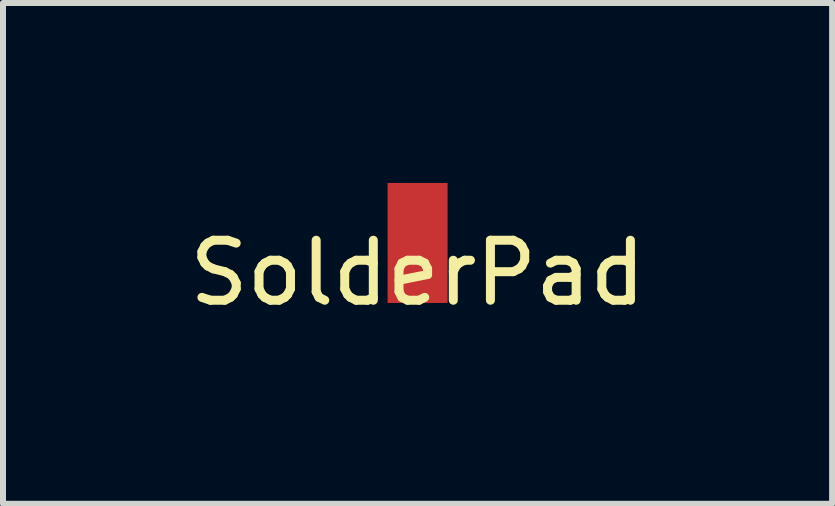
<source format=kicad_pcb>
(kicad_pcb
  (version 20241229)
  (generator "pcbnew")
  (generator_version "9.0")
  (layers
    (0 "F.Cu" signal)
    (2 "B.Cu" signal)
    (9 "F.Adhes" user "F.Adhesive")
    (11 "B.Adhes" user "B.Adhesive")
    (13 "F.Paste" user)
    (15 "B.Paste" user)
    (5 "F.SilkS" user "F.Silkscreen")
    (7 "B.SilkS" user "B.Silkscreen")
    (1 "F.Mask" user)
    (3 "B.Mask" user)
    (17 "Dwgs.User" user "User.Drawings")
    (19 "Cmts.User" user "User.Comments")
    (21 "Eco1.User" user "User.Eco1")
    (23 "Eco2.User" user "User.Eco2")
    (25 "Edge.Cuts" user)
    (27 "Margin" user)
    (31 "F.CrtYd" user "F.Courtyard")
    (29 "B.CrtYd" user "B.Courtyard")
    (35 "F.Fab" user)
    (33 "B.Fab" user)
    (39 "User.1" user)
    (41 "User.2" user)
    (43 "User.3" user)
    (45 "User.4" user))
  (footprint "SolderPad"
    (layer "F.Cu")
    (at 3.911 1)
    (property "Reference" "SolderPad" (at 0 0.5 0) (layer "F.SilkS") (effects (font (size 1 1) (thickness 0.15))))
    (attr through_hole)
    (pad "1" smd rect (at 0 0) (size 1 2) (layers "F.Cu" "F.Mask" "F.Paste")))
  (gr_rect
    (start -3 -3)
    (end 10.821 5.348)
    (stroke (width 0.1) (type default))
    (fill no)
    (layer "Edge.Cuts")))
</source>
